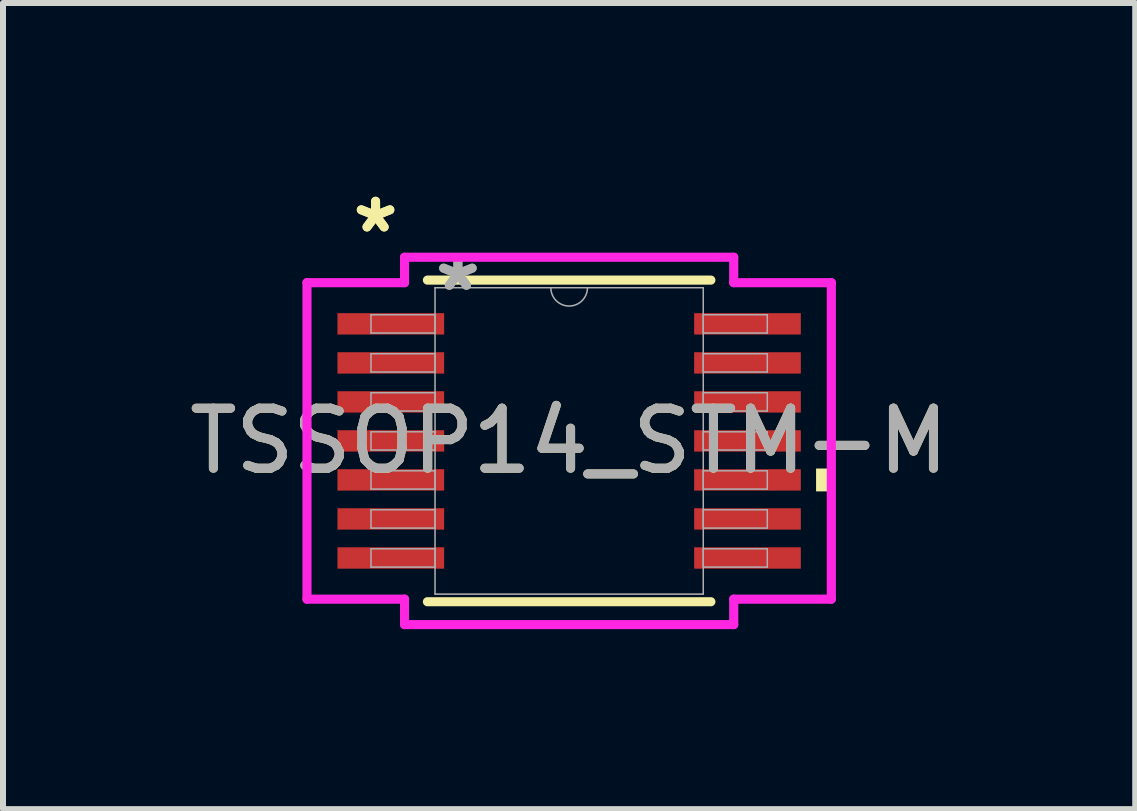
<source format=kicad_pcb>
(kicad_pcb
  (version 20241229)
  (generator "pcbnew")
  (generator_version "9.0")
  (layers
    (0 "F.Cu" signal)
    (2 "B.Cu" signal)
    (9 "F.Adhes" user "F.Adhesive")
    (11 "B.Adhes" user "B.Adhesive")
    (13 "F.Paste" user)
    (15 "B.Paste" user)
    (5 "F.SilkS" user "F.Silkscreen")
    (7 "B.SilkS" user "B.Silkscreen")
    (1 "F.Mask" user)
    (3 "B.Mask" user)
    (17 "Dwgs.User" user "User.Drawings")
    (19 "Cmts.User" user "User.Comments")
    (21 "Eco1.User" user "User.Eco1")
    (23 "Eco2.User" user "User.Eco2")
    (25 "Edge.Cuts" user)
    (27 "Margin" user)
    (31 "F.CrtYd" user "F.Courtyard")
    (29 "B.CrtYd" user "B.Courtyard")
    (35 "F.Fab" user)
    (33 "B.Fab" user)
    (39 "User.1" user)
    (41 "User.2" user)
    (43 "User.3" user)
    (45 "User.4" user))
  (footprint "TSSOP14_STM-M"
    (layer "F.Cu")
    (at 6.435 4.298)
    (property "Reference" "TSSOP14_STM-M" (at 0 0 0) (unlocked yes) (layer "F.SilkS") (effects (font (size 1 1) (thickness 0.15))))
    (attr smd)
    (fp_line (start -2.362 2.68) (end 2.362 2.68) (stroke (width 0.152) (type solid)) (layer "F.SilkS"))
    (fp_line (start 2.362 -2.68) (end -2.362 -2.68) (stroke (width 0.152) (type solid)) (layer "F.SilkS"))
    (fp_poly (pts (xy 4.369 0.46) (xy 4.369 0.841) (xy 4.115 0.841) (xy 4.115 0.46)) (stroke (width 0) (type solid)) (fill yes) (layer "F.SilkS"))
    (fp_line (start -4.369 -2.637) (end -2.743 -2.637) (stroke (width 0.152) (type solid)) (layer "F.CrtYd"))
    (fp_line (start -4.369 2.637) (end -4.369 -2.637) (stroke (width 0.152) (type solid)) (layer "F.CrtYd"))
    (fp_line (start -4.369 2.637) (end -2.743 2.637) (stroke (width 0.152) (type solid)) (layer "F.CrtYd"))
    (fp_line (start -2.743 -3.061) (end 2.743 -3.061) (stroke (width 0.152) (type solid)) (layer "F.CrtYd"))
    (fp_line (start -2.743 -2.637) (end -2.743 -3.061) (stroke (width 0.152) (type solid)) (layer "F.CrtYd"))
    (fp_line (start -2.743 3.061) (end -2.743 2.637) (stroke (width 0.152) (type solid)) (layer "F.CrtYd"))
    (fp_line (start 2.743 -3.061) (end 2.743 -2.637) (stroke (width 0.152) (type solid)) (layer "F.CrtYd"))
    (fp_line (start 2.743 2.637) (end 2.743 3.061) (stroke (width 0.152) (type solid)) (layer "F.CrtYd"))
    (fp_line (start 2.743 3.061) (end -2.743 3.061) (stroke (width 0.152) (type solid)) (layer "F.CrtYd"))
    (fp_line (start 4.369 -2.637) (end 2.743 -2.637) (stroke (width 0.152) (type solid)) (layer "F.CrtYd"))
    (fp_line (start 4.369 -2.637) (end 4.369 2.637) (stroke (width 0.152) (type solid)) (layer "F.CrtYd"))
    (fp_line (start 4.369 2.637) (end 2.743 2.637) (stroke (width 0.152) (type solid)) (layer "F.CrtYd"))
    (fp_line (start -3.302 -2.103) (end -3.302 -1.798) (stroke (width 0.025) (type solid)) (layer "F.Fab"))
    (fp_line (start -3.302 -1.798) (end -2.235 -1.798) (stroke (width 0.025) (type solid)) (layer "F.Fab"))
    (fp_line (start -3.302 -1.453) (end -3.302 -1.148) (stroke (width 0.025) (type solid)) (layer "F.Fab"))
    (fp_line (start -3.302 -1.148) (end -2.235 -1.148) (stroke (width 0.025) (type solid)) (layer "F.Fab"))
    (fp_line (start -3.302 -0.803) (end -3.302 -0.498) (stroke (width 0.025) (type solid)) (layer "F.Fab"))
    (fp_line (start -3.302 -0.498) (end -2.235 -0.498) (stroke (width 0.025) (type solid)) (layer "F.Fab"))
    (fp_line (start -3.302 -0.152) (end -3.302 0.152) (stroke (width 0.025) (type solid)) (layer "F.Fab"))
    (fp_line (start -3.302 0.152) (end -2.235 0.152) (stroke (width 0.025) (type solid)) (layer "F.Fab"))
    (fp_line (start -3.302 0.498) (end -3.302 0.803) (stroke (width 0.025) (type solid)) (layer "F.Fab"))
    (fp_line (start -3.302 0.803) (end -2.235 0.803) (stroke (width 0.025) (type solid)) (layer "F.Fab"))
    (fp_line (start -3.302 1.148) (end -3.302 1.453) (stroke (width 0.025) (type solid)) (layer "F.Fab"))
    (fp_line (start -3.302 1.453) (end -2.235 1.453) (stroke (width 0.025) (type solid)) (layer "F.Fab"))
    (fp_line (start -3.302 1.798) (end -3.302 2.103) (stroke (width 0.025) (type solid)) (layer "F.Fab"))
    (fp_line (start -3.302 2.103) (end -2.235 2.103) (stroke (width 0.025) (type solid)) (layer "F.Fab"))
    (fp_line (start -2.235 -2.553) (end -2.235 2.553) (stroke (width 0.025) (type solid)) (layer "F.Fab"))
    (fp_line (start -2.235 -2.103) (end -3.302 -2.103) (stroke (width 0.025) (type solid)) (layer "F.Fab"))
    (fp_line (start -2.235 -1.798) (end -2.235 -2.103) (stroke (width 0.025) (type solid)) (layer "F.Fab"))
    (fp_line (start -2.235 -1.453) (end -3.302 -1.453) (stroke (width 0.025) (type solid)) (layer "F.Fab"))
    (fp_line (start -2.235 -1.148) (end -2.235 -1.453) (stroke (width 0.025) (type solid)) (layer "F.Fab"))
    (fp_line (start -2.235 -0.803) (end -3.302 -0.803) (stroke (width 0.025) (type solid)) (layer "F.Fab"))
    (fp_line (start -2.235 -0.498) (end -2.235 -0.803) (stroke (width 0.025) (type solid)) (layer "F.Fab"))
    (fp_line (start -2.235 -0.152) (end -3.302 -0.152) (stroke (width 0.025) (type solid)) (layer "F.Fab"))
    (fp_line (start -2.235 0.152) (end -2.235 -0.152) (stroke (width 0.025) (type solid)) (layer "F.Fab"))
    (fp_line (start -2.235 0.498) (end -3.302 0.498) (stroke (width 0.025) (type solid)) (layer "F.Fab"))
    (fp_line (start -2.235 0.803) (end -2.235 0.498) (stroke (width 0.025) (type solid)) (layer "F.Fab"))
    (fp_line (start -2.235 1.148) (end -3.302 1.148) (stroke (width 0.025) (type solid)) (layer "F.Fab"))
    (fp_line (start -2.235 1.453) (end -2.235 1.148) (stroke (width 0.025) (type solid)) (layer "F.Fab"))
    (fp_line (start -2.235 1.798) (end -3.302 1.798) (stroke (width 0.025) (type solid)) (layer "F.Fab"))
    (fp_line (start -2.235 2.103) (end -2.235 1.798) (stroke (width 0.025) (type solid)) (layer "F.Fab"))
    (fp_line (start -2.235 2.553) (end 2.235 2.553) (stroke (width 0.025) (type solid)) (layer "F.Fab"))
    (fp_line (start 2.235 -2.553) (end -2.235 -2.553) (stroke (width 0.025) (type solid)) (layer "F.Fab"))
    (fp_line (start 2.235 -2.103) (end 2.235 -1.798) (stroke (width 0.025) (type solid)) (layer "F.Fab"))
    (fp_line (start 2.235 -1.798) (end 3.302 -1.798) (stroke (width 0.025) (type solid)) (layer "F.Fab"))
    (fp_line (start 2.235 -1.453) (end 2.235 -1.148) (stroke (width 0.025) (type solid)) (layer "F.Fab"))
    (fp_line (start 2.235 -1.148) (end 3.302 -1.148) (stroke (width 0.025) (type solid)) (layer "F.Fab"))
    (fp_line (start 2.235 -0.803) (end 2.235 -0.498) (stroke (width 0.025) (type solid)) (layer "F.Fab"))
    (fp_line (start 2.235 -0.498) (end 3.302 -0.498) (stroke (width 0.025) (type solid)) (layer "F.Fab"))
    (fp_line (start 2.235 -0.152) (end 2.235 0.152) (stroke (width 0.025) (type solid)) (layer "F.Fab"))
    (fp_line (start 2.235 0.152) (end 3.302 0.152) (stroke (width 0.025) (type solid)) (layer "F.Fab"))
    (fp_line (start 2.235 0.498) (end 2.235 0.803) (stroke (width 0.025) (type solid)) (layer "F.Fab"))
    (fp_line (start 2.235 0.803) (end 3.302 0.803) (stroke (width 0.025) (type solid)) (layer "F.Fab"))
    (fp_line (start 2.235 1.148) (end 2.235 1.453) (stroke (width 0.025) (type solid)) (layer "F.Fab"))
    (fp_line (start 2.235 1.453) (end 3.302 1.453) (stroke (width 0.025) (type solid)) (layer "F.Fab"))
    (fp_line (start 2.235 1.798) (end 2.235 2.103) (stroke (width 0.025) (type solid)) (layer "F.Fab"))
    (fp_line (start 2.235 2.103) (end 3.302 2.103) (stroke (width 0.025) (type solid)) (layer "F.Fab"))
    (fp_line (start 2.235 2.553) (end 2.235 -2.553) (stroke (width 0.025) (type solid)) (layer "F.Fab"))
    (fp_line (start 3.302 -2.103) (end 2.235 -2.103) (stroke (width 0.025) (type solid)) (layer "F.Fab"))
    (fp_line (start 3.302 -1.798) (end 3.302 -2.103) (stroke (width 0.025) (type solid)) (layer "F.Fab"))
    (fp_line (start 3.302 -1.453) (end 2.235 -1.453) (stroke (width 0.025) (type solid)) (layer "F.Fab"))
    (fp_line (start 3.302 -1.148) (end 3.302 -1.453) (stroke (width 0.025) (type solid)) (layer "F.Fab"))
    (fp_line (start 3.302 -0.803) (end 2.235 -0.803) (stroke (width 0.025) (type solid)) (layer "F.Fab"))
    (fp_line (start 3.302 -0.498) (end 3.302 -0.803) (stroke (width 0.025) (type solid)) (layer "F.Fab"))
    (fp_line (start 3.302 -0.152) (end 2.235 -0.152) (stroke (width 0.025) (type solid)) (layer "F.Fab"))
    (fp_line (start 3.302 0.152) (end 3.302 -0.152) (stroke (width 0.025) (type solid)) (layer "F.Fab"))
    (fp_line (start 3.302 0.498) (end 2.235 0.498) (stroke (width 0.025) (type solid)) (layer "F.Fab"))
    (fp_line (start 3.302 0.803) (end 3.302 0.498) (stroke (width 0.025) (type solid)) (layer "F.Fab"))
    (fp_line (start 3.302 1.148) (end 2.235 1.148) (stroke (width 0.025) (type solid)) (layer "F.Fab"))
    (fp_line (start 3.302 1.453) (end 3.302 1.148) (stroke (width 0.025) (type solid)) (layer "F.Fab"))
    (fp_line (start 3.302 1.798) (end 2.235 1.798) (stroke (width 0.025) (type solid)) (layer "F.Fab"))
    (fp_line (start 3.302 2.103) (end 3.302 1.798) (stroke (width 0.025) (type solid)) (layer "F.Fab"))
    (fp_arc (start 0.3048 -2.5527) (mid 0 -2.2479) (end -0.3048 -2.5527) (stroke (width 0.0254) (type solid)) (layer "F.Fab"))
    (fp_text user "*" (at -3.226 -3.449 0) (unlocked yes) (layer "F.SilkS") (effects (font (size 1 1) (thickness 0.15))))
    (fp_text user "*" (at -3.226 -3.449 0) (layer "F.SilkS") (effects (font (size 1 1) (thickness 0.15))))
    (fp_text user "*" (at -1.854 -2.477 0) (layer "F.Fab") (effects (font (size 1 1) (thickness 0.15))))
    (fp_text user "${REFERENCE}" (at 0 0 0) (unlocked yes) (layer "F.Fab") (effects (font (size 1 1) (thickness 0.15))))
    (fp_text user "*" (at -1.854 -2.477 0) (unlocked yes) (layer "F.Fab") (effects (font (size 1 1) (thickness 0.15))))
    (pad "1" smd rect (at -2.972 -1.951) (size 1.778 0.356) (layers "F.Cu" "F.Mask" "F.Paste"))
    (pad "2" smd rect (at -2.972 -1.3) (size 1.778 0.356) (layers "F.Cu" "F.Mask" "F.Paste"))
    (pad "3" smd rect (at -2.972 -0.65) (size 1.778 0.356) (layers "F.Cu" "F.Mask" "F.Paste"))
    (pad "4" smd rect (at -2.972 0) (size 1.778 0.356) (layers "F.Cu" "F.Mask" "F.Paste"))
    (pad "5" smd rect (at -2.972 0.65) (size 1.778 0.356) (layers "F.Cu" "F.Mask" "F.Paste"))
    (pad "6" smd rect (at -2.972 1.3) (size 1.778 0.356) (layers "F.Cu" "F.Mask" "F.Paste"))
    (pad "7" smd rect (at -2.972 1.951) (size 1.778 0.356) (layers "F.Cu" "F.Mask" "F.Paste"))
    (pad "8" smd rect (at 2.972 1.951) (size 1.778 0.356) (layers "F.Cu" "F.Mask" "F.Paste"))
    (pad "9" smd rect (at 2.972 1.3) (size 1.778 0.356) (layers "F.Cu" "F.Mask" "F.Paste"))
    (pad "10" smd rect (at 2.972 0.65) (size 1.778 0.356) (layers "F.Cu" "F.Mask" "F.Paste"))
    (pad "11" smd rect (at 2.972 0) (size 1.778 0.356) (layers "F.Cu" "F.Mask" "F.Paste"))
    (pad "12" smd rect (at 2.972 -0.65) (size 1.778 0.356) (layers "F.Cu" "F.Mask" "F.Paste"))
    (pad "13" smd rect (at 2.972 -1.3) (size 1.778 0.356) (layers "F.Cu" "F.Mask" "F.Paste"))
    (pad "14" smd rect (at 2.972 -1.951) (size 1.778 0.356) (layers "F.Cu" "F.Mask" "F.Paste")))
  (gr_rect
    (start -3 -3)
    (end 15.869 10.434)
    (stroke (width 0.1) (type default))
    (fill no)
    (layer "Edge.Cuts")))
</source>
